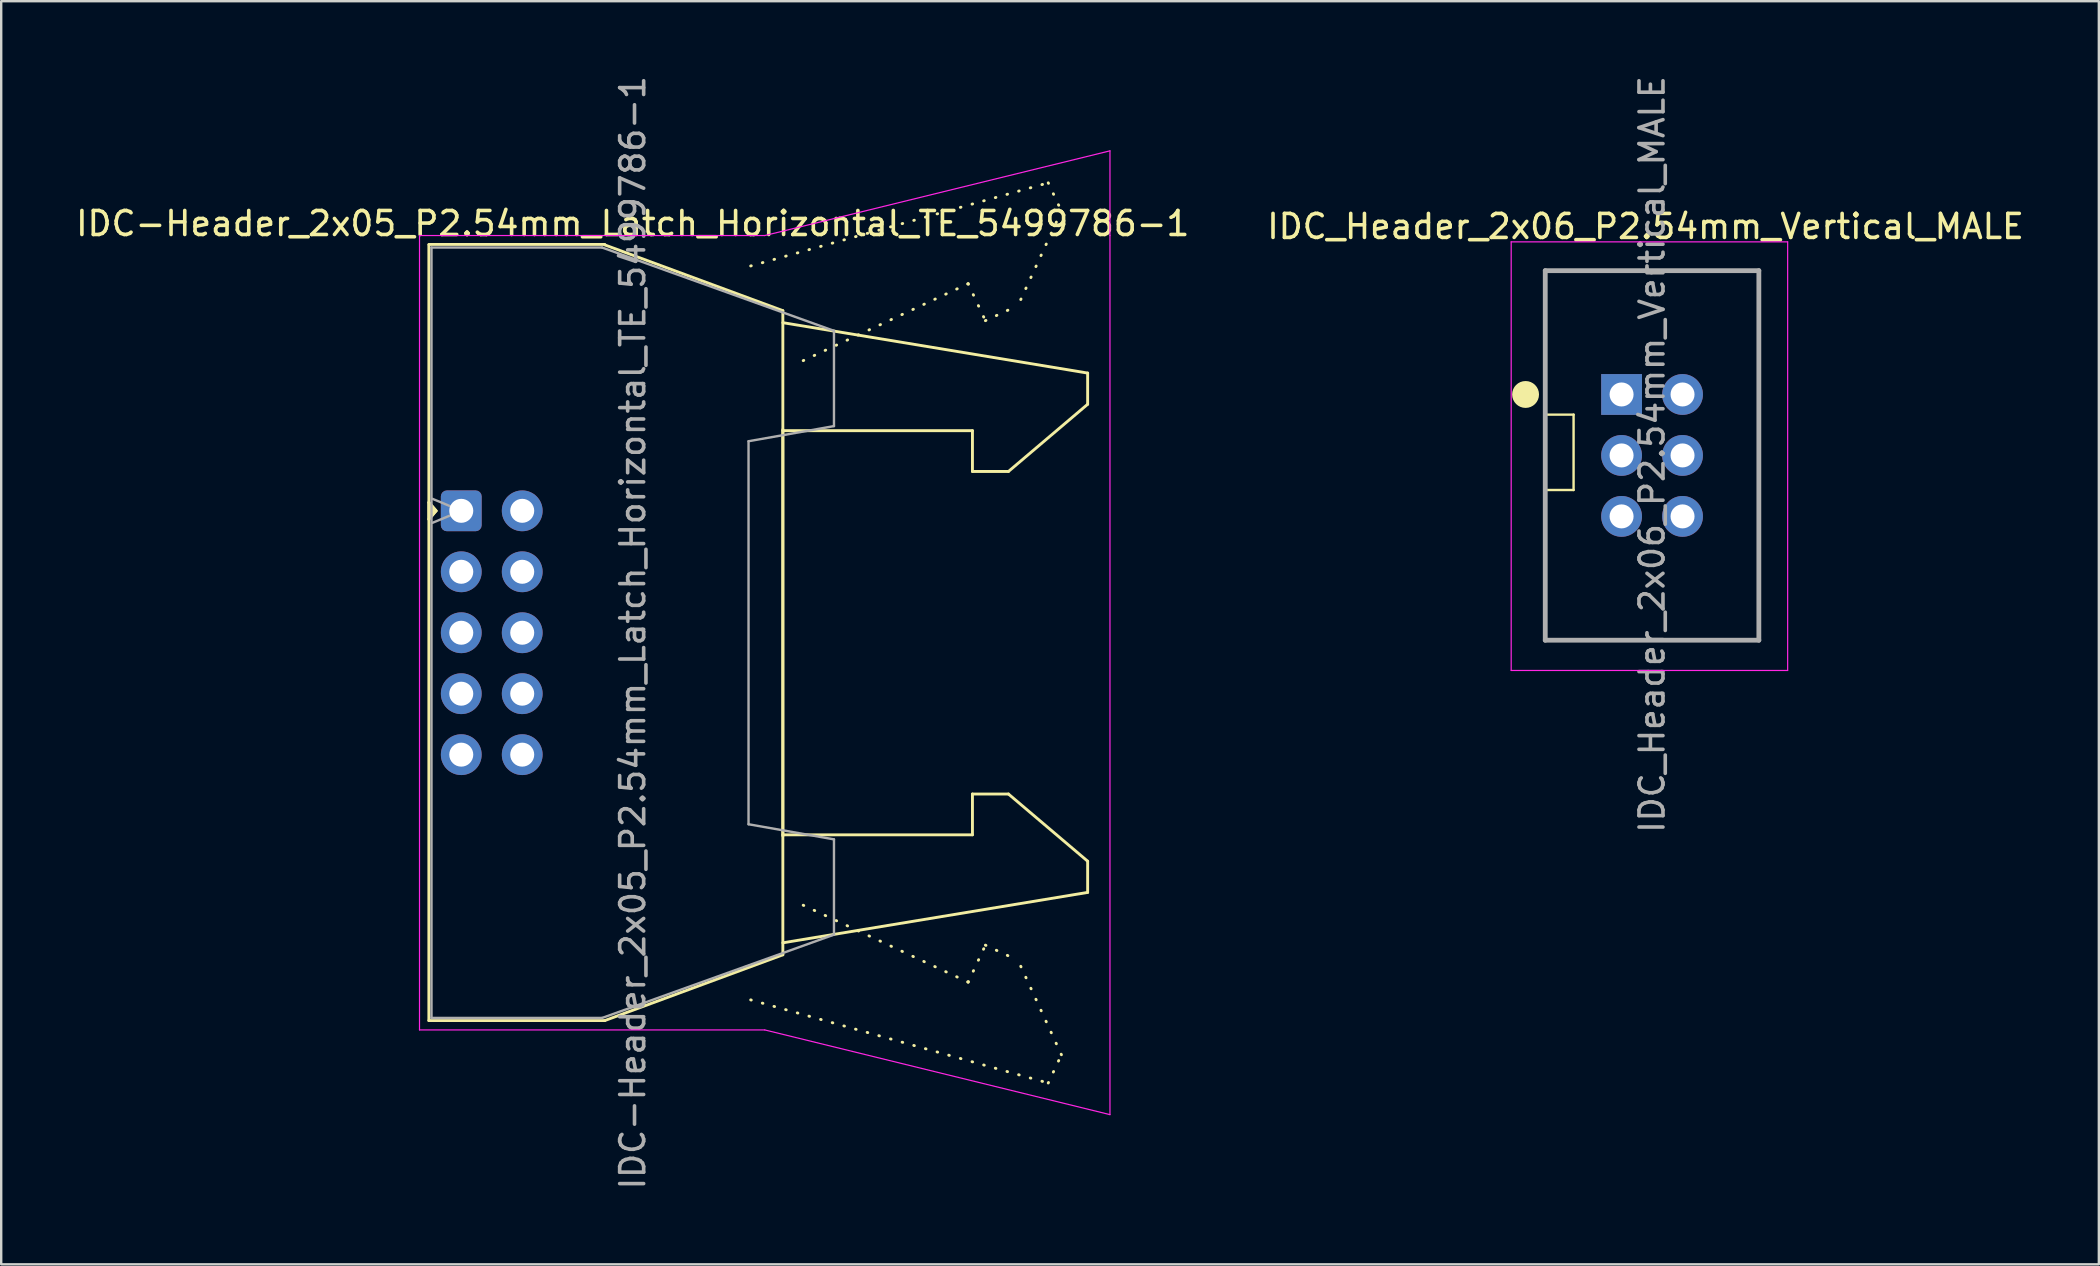
<source format=kicad_pcb>
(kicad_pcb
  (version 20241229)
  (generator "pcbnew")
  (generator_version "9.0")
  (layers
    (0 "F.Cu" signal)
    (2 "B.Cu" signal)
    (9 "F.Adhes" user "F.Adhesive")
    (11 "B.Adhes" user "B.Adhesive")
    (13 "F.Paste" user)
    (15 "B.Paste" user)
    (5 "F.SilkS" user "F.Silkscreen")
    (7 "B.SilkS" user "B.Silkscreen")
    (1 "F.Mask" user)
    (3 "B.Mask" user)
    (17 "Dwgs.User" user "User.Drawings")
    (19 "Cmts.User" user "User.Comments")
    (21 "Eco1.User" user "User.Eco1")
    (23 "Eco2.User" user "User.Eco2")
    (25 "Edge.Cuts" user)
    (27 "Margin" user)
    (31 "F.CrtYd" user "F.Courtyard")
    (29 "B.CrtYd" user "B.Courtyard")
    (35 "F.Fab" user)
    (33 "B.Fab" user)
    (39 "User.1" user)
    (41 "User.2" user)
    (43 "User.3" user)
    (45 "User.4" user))
  (footprint "IDC_Header_2x06_P2.54mm_Vertical_MALE"
    (layer "F.Cu")
    (at 64.518 13.387)
    (property "Reference" "IDC_Header_2x06_P2.54mm_Vertical_MALE" (at 1 -7 0) (layer "F.SilkS") (effects (font (size 1 1) (thickness 0.15))))
    (attr through_hole)
    (fp_line (start -3.18 -5.16) (end 5.72 -5.16) (stroke (width 0.1) (type solid)) (layer "F.SilkS"))
    (fp_line (start -3.18 0.84) (end -3.18 -5.16) (stroke (width 0.1) (type solid)) (layer "F.SilkS"))
    (fp_line (start -3.18 0.84) (end -2 0.84) (stroke (width 0.1) (type solid)) (layer "F.SilkS"))
    (fp_line (start -3.18 3.98) (end -2 3.98) (stroke (width 0.1) (type solid)) (layer "F.SilkS"))
    (fp_line (start -3.18 10.24) (end -3.18 3.98) (stroke (width 0.1) (type solid)) (layer "F.SilkS"))
    (fp_line (start -2 3.98) (end -2 0.84) (stroke (width 0.1) (type solid)) (layer "F.SilkS"))
    (fp_line (start 5.72 -5.16) (end 5.72 10.24) (stroke (width 0.1) (type solid)) (layer "F.SilkS"))
    (fp_line (start 5.72 10.24) (end -3.18 10.24) (stroke (width 0.1) (type solid)) (layer "F.SilkS"))
    (fp_circle (center -4 0) (end -3.5 0) (stroke (width 0.12) (type solid)) (fill yes) (layer "F.SilkS"))
    (fp_line (start -4.6 -6.36) (end 6.92 -6.36) (stroke (width 0.05) (type solid)) (layer "F.CrtYd"))
    (fp_line (start -4.6 11.5) (end -4.6 -6.36) (stroke (width 0.05) (type solid)) (layer "F.CrtYd"))
    (fp_line (start 6.92 -6.36) (end 6.92 11.5) (stroke (width 0.05) (type solid)) (layer "F.CrtYd"))
    (fp_line (start 6.92 11.5) (end -4.6 11.5) (stroke (width 0.05) (type solid)) (layer "F.CrtYd"))
    (fp_line (start -3.18 -5.16) (end 5.72 -5.16) (stroke (width 0.2) (type solid)) (layer "F.Fab"))
    (fp_line (start -3.18 10.24) (end -3.18 -5.16) (stroke (width 0.2) (type solid)) (layer "F.Fab"))
    (fp_line (start 5.72 -5.16) (end 5.72 10.24) (stroke (width 0.2) (type solid)) (layer "F.Fab"))
    (fp_line (start 5.72 10.24) (end -3.18 10.24) (stroke (width 0.2) (type solid)) (layer "F.Fab"))
    (fp_text user "${REFERENCE}" (at 1.27 2.5 90) (layer "F.Fab") (effects (font (size 1 1) (thickness 0.15))))
    (pad "1" thru_hole rect (at 0 0) (size 1.7 1.7) (drill 1) (layers "*.Cu" "*.Mask"))
    (pad "2" thru_hole oval (at 2.54 0) (size 1.7 1.7) (drill 1) (layers "*.Cu" "*.Mask"))
    (pad "3" thru_hole oval (at 0 2.54) (size 1.7 1.7) (drill 1) (layers "*.Cu" "*.Mask"))
    (pad "4" thru_hole oval (at 2.54 2.54) (size 1.7 1.7) (drill 1) (layers "*.Cu" "*.Mask"))
    (pad "5" thru_hole oval (at 0 5.08) (size 1.7 1.7) (drill 1) (layers "*.Cu" "*.Mask"))
    (pad "6" thru_hole oval (at 2.54 5.08) (size 1.7 1.7) (drill 1) (layers "*.Cu" "*.Mask")))
  (footprint "IDC-Header_2x05_P2.54mm_Latch_Horizontal_TE_5499786-1"
    (layer "F.Cu")
    (at 16.17 18.235)
    (property "Reference" "IDC-Header_2x05_P2.54mm_Latch_Horizontal_TE_5499786-1" (at 7.145 -11.97 0) (layer "F.SilkS") (effects (font (size 1 1) (thickness 0.15))))
    (attr through_hole)
    (fp_line (start -1.35 0.35) (end -1.05 0) (stroke (width 0.12) (type default)) (layer "F.SilkS"))
    (fp_line (start -1.35 21.24) (end -1.35 -11.08) (stroke (width 0.12) (type solid)) (layer "F.SilkS"))
    (fp_line (start -1.05 0) (end -1.35 -0.35) (stroke (width 0.12) (type default)) (layer "F.SilkS"))
    (fp_line (start 5.98 -11.1) (end -1.35 -11.1) (stroke (width 0.12) (type solid)) (layer "F.SilkS"))
    (fp_line (start 5.98 -11.08) (end 13.4 -8.34) (stroke (width 0.12) (type solid)) (layer "F.SilkS"))
    (fp_line (start 5.98 21.24) (end -1.35 21.24) (stroke (width 0.12) (type solid)) (layer "F.SilkS"))
    (fp_line (start 12.06 -10.203) (end 24.458 -13.667) (stroke (width 0.12) (type dot)) (layer "F.SilkS"))
    (fp_line (start 12.06 20.378) (end 24.458 23.842) (stroke (width 0.12) (type dot)) (layer "F.SilkS"))
    (fp_line (start 13.4 -8.34) (end 13.4 13.55) (stroke (width 0.12) (type solid)) (layer "F.SilkS"))
    (fp_line (start 13.4 -7.84) (end 26.1 -5.74) (stroke (width 0.12) (type solid)) (layer "F.SilkS"))
    (fp_line (start 13.4 -3.39) (end 13.4 18.5) (stroke (width 0.12) (type solid)) (layer "F.SilkS"))
    (fp_line (start 13.4 13.5) (end 21.3 13.5) (stroke (width 0.12) (type solid)) (layer "F.SilkS"))
    (fp_line (start 13.4 18.5) (end 5.98 21.24) (stroke (width 0.12) (type solid)) (layer "F.SilkS"))
    (fp_line (start 21.122 -9.464) (end 13.962 -6.125) (stroke (width 0.12) (type dot)) (layer "F.SilkS"))
    (fp_line (start 21.122 -9.464) (end 21.84 -7.923) (stroke (width 0.12) (type dot)) (layer "F.SilkS"))
    (fp_line (start 21.122 19.639) (end 13.962 16.3) (stroke (width 0.12) (type dot)) (layer "F.SilkS"))
    (fp_line (start 21.122 19.639) (end 21.84 18.098) (stroke (width 0.12) (type dot)) (layer "F.SilkS"))
    (fp_line (start 21.3 -3.34) (end 13.4 -3.34) (stroke (width 0.12) (type solid)) (layer "F.SilkS"))
    (fp_line (start 21.3 -3.34) (end 21.3 -1.64) (stroke (width 0.12) (type solid)) (layer "F.SilkS"))
    (fp_line (start 21.3 -1.64) (end 22.8 -1.64) (stroke (width 0.12) (type solid)) (layer "F.SilkS"))
    (fp_line (start 21.3 11.8) (end 21.3 13.5) (stroke (width 0.12) (type solid)) (layer "F.SilkS"))
    (fp_line (start 21.84 -7.923) (end 23.2 -8.557) (stroke (width 0.12) (type dot)) (layer "F.SilkS"))
    (fp_line (start 21.84 18.098) (end 23.2 18.732) (stroke (width 0.12) (type dot)) (layer "F.SilkS"))
    (fp_line (start 22.8 11.8) (end 21.3 11.8) (stroke (width 0.12) (type solid)) (layer "F.SilkS"))
    (fp_line (start 22.8 11.8) (end 26.1 14.6) (stroke (width 0.12) (type solid)) (layer "F.SilkS"))
    (fp_line (start 24.458 -13.667) (end 25.007 -12.489) (stroke (width 0.12) (type dot)) (layer "F.SilkS"))
    (fp_line (start 24.458 23.842) (end 25.007 22.664) (stroke (width 0.12) (type dot)) (layer "F.SilkS"))
    (fp_line (start 25.007 -12.489) (end 23.2 -8.557) (stroke (width 0.12) (type dot)) (layer "F.SilkS"))
    (fp_line (start 25.007 22.664) (end 23.2 18.732) (stroke (width 0.12) (type dot)) (layer "F.SilkS"))
    (fp_line (start 26.1 -5.74) (end 26.1 -4.44) (stroke (width 0.12) (type solid)) (layer "F.SilkS"))
    (fp_line (start 26.1 -4.44) (end 22.8 -1.64) (stroke (width 0.12) (type solid)) (layer "F.SilkS"))
    (fp_line (start 26.1 14.6) (end 26.1 15.9) (stroke (width 0.12) (type solid)) (layer "F.SilkS"))
    (fp_line (start 26.1 15.9) (end 13.4 18) (stroke (width 0.12) (type solid)) (layer "F.SilkS"))
    (fp_poly (pts (xy -1.35 0.35) (xy -1.05 0) (xy -1.35 -0.35)) (stroke (width 0.12) (type solid)) (fill yes) (layer "F.SilkS"))
    (fp_line (start -1.74 -11.47) (end -1.74 21.63) (stroke (width 0.05) (type solid)) (layer "F.CrtYd"))
    (fp_line (start 12.645 -11.47) (end -1.74 -11.47) (stroke (width 0.05) (type solid)) (layer "F.CrtYd"))
    (fp_line (start 12.645 21.63) (end -1.74 21.63) (stroke (width 0.05) (type solid)) (layer "F.CrtYd"))
    (fp_line (start 27.03 -15) (end 12.645 -11.47) (stroke (width 0.05) (type solid)) (layer "F.CrtYd"))
    (fp_line (start 27.03 -11.47) (end 27.03 -15) (stroke (width 0.05) (type solid)) (layer "F.CrtYd"))
    (fp_line (start 27.03 25.16) (end 12.645 21.63) (stroke (width 0.05) (type solid)) (layer "F.CrtYd"))
    (fp_line (start 27.03 25.16) (end 27.03 -11.47) (stroke (width 0.05) (type solid)) (layer "F.CrtYd"))
    (fp_line (start -1.24 -10.97) (end 5.87 -10.97) (stroke (width 0.1) (type solid)) (layer "F.Fab"))
    (fp_line (start -1.24 21.13) (end -1.24 -10.97) (stroke (width 0.1) (type solid)) (layer "F.Fab"))
    (fp_line (start 0 0) (end -1.2 -0.5) (stroke (width 0.1) (type default)) (layer "F.Fab"))
    (fp_line (start 0 0) (end -1.2 0.5) (stroke (width 0.1) (type default)) (layer "F.Fab"))
    (fp_line (start 5.87 -10.97) (end 15.53 -7.5) (stroke (width 0.1) (type solid)) (layer "F.Fab"))
    (fp_line (start 5.87 21.13) (end -1.24 21.13) (stroke (width 0.1) (type solid)) (layer "F.Fab"))
    (fp_line (start 11.97 -2.9) (end 11.97 13.06) (stroke (width 0.1) (type solid)) (layer "F.Fab"))
    (fp_line (start 11.97 13.06) (end 15.53 13.69) (stroke (width 0.1) (type solid)) (layer "F.Fab"))
    (fp_line (start 15.53 -7.5) (end 15.53 -3.53) (stroke (width 0.1) (type solid)) (layer "F.Fab"))
    (fp_line (start 15.53 -3.53) (end 11.97 -2.9) (stroke (width 0.1) (type solid)) (layer "F.Fab"))
    (fp_line (start 15.53 13.69) (end 15.53 17.66) (stroke (width 0.1) (type solid)) (layer "F.Fab"))
    (fp_line (start 15.53 17.66) (end 5.87 21.13) (stroke (width 0.1) (type solid)) (layer "F.Fab"))
    (fp_text user "${REFERENCE}" (at 7.145 5.08 90) (layer "F.Fab") (effects (font (size 1 1) (thickness 0.15))))
    (pad "1" thru_hole roundrect (at 0 0) (size 1.7 1.7) (drill 1) (layers "*.Cu" "*.Mask") (roundrect_rratio 0.147))
    (pad "2" thru_hole circle (at 2.54 0) (size 1.7 1.7) (drill 1) (layers "*.Cu" "*.Mask"))
    (pad "3" thru_hole circle (at 0 2.54) (size 1.7 1.7) (drill 1) (layers "*.Cu" "*.Mask"))
    (pad "4" thru_hole circle (at 2.54 2.54) (size 1.7 1.7) (drill 1) (layers "*.Cu" "*.Mask"))
    (pad "5" thru_hole circle (at 0 5.08) (size 1.7 1.7) (drill 1) (layers "*.Cu" "*.Mask"))
    (pad "6" thru_hole circle (at 2.54 5.08) (size 1.7 1.7) (drill 1) (layers "*.Cu" "*.Mask"))
    (pad "7" thru_hole circle (at 0 7.62) (size 1.7 1.7) (drill 1) (layers "*.Cu" "*.Mask"))
    (pad "8" thru_hole circle (at 2.54 7.62) (size 1.7 1.7) (drill 1) (layers "*.Cu" "*.Mask"))
    (pad "9" thru_hole circle (at 0 10.16) (size 1.7 1.7) (drill 1) (layers "*.Cu" "*.Mask"))
    (pad "10" thru_hole circle (at 2.54 10.16) (size 1.7 1.7) (drill 1) (layers "*.Cu" "*.Mask")))
  (gr_rect
    (start -3 -3)
    (end 84.405 49.631)
    (stroke (width 0.1) (type default))
    (fill no)
    (layer "Edge.Cuts")))
</source>
